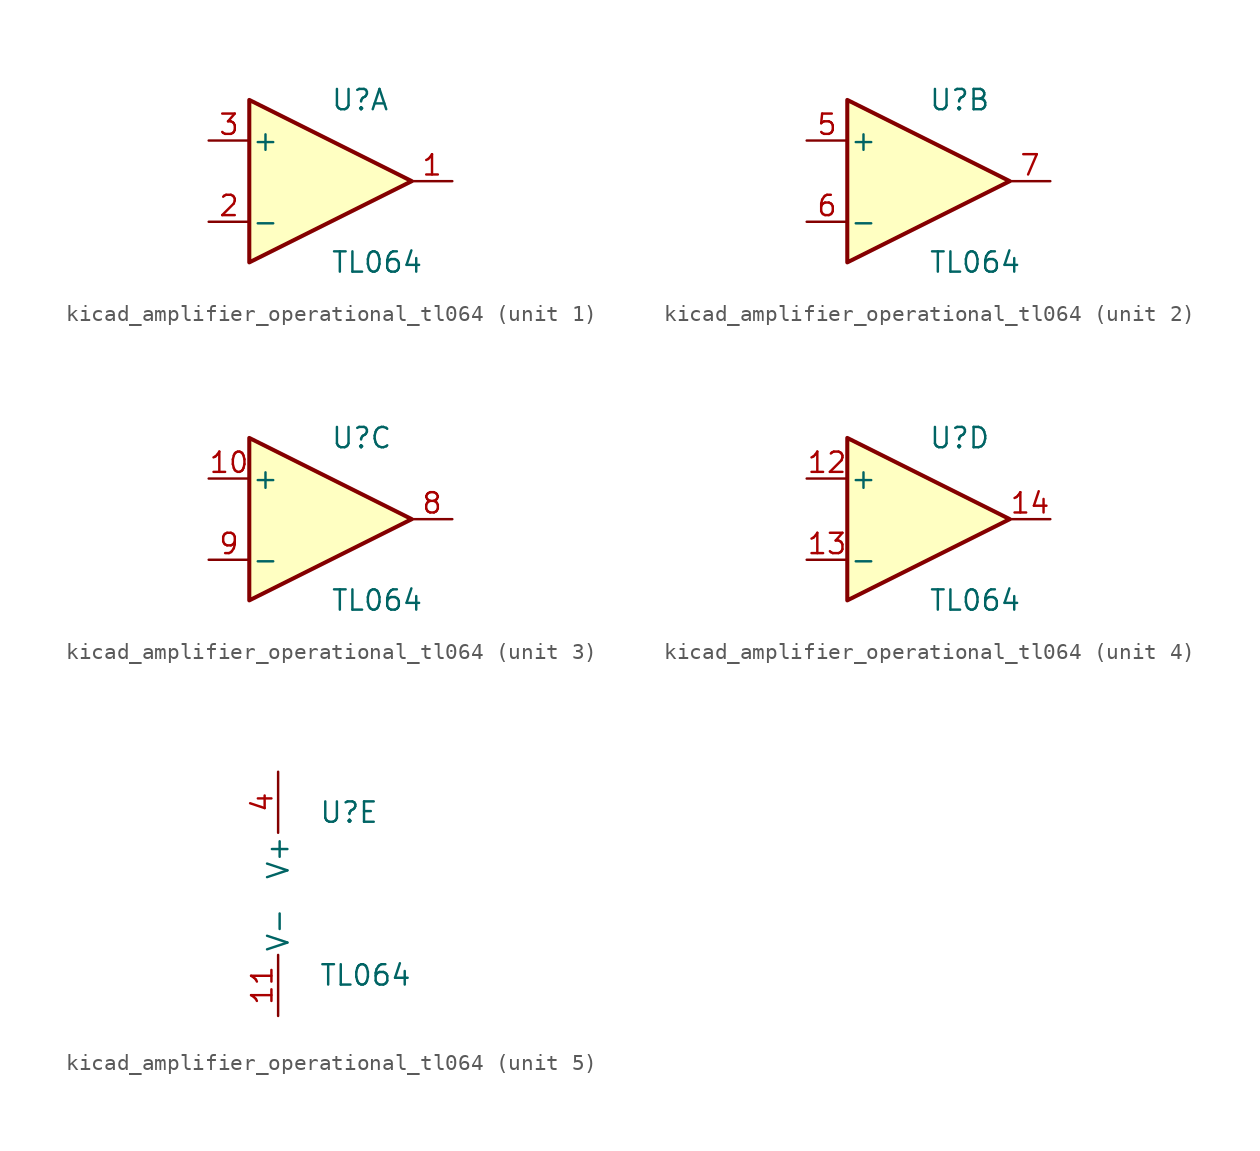
<source format=kicad_sym>
(kicad_symbol_lib
  (version 20220914)
  (generator kicad_symbol_editor)
  (symbol "kicad_amplifier_operational_tl064"
    (pin_names
      (offset 0.127))
    (property "Reference" "U"
      (at 0 5.08 0)
      (effects (font (size 1.27 1.27)) (justify left)))
    (property "Value" "TL064"
      (at 0 -5.08 0)
      (effects (font (size 1.27 1.27)) (justify left)))
    (property "ki_locked" ""
      (at 0 0 0)
      (effects (font (size 1.27 1.27))))
    (symbol "kicad_amplifier_operational_tl064_1_1"
      (polyline (pts (xy -5.08 5.08) (xy 5.08 0) (xy -5.08 -5.08) (xy -5.08 5.08)) (stroke (width 0.254) (type default)) (fill (type background)))
      (pin output line (at 7.62 0 180) (length 2.54) (name "~" (effects (font (size 1.27 1.27)))) (number "1" (effects (font (size 1.27 1.27)))))
      (pin input line (at -7.62 -2.54 0) (length 2.54) (name "-" (effects (font (size 1.27 1.27)))) (number "2" (effects (font (size 1.27 1.27)))))
      (pin input line (at -7.62 2.54 0) (length 2.54) (name "+" (effects (font (size 1.27 1.27)))) (number "3" (effects (font (size 1.27 1.27))))))
    (symbol "kicad_amplifier_operational_tl064_2_1"
      (polyline (pts (xy -5.08 5.08) (xy 5.08 0) (xy -5.08 -5.08) (xy -5.08 5.08)) (stroke (width 0.254) (type default)) (fill (type background)))
      (pin input line (at -7.62 2.54 0) (length 2.54) (name "+" (effects (font (size 1.27 1.27)))) (number "5" (effects (font (size 1.27 1.27)))))
      (pin input line (at -7.62 -2.54 0) (length 2.54) (name "-" (effects (font (size 1.27 1.27)))) (number "6" (effects (font (size 1.27 1.27)))))
      (pin output line (at 7.62 0 180) (length 2.54) (name "~" (effects (font (size 1.27 1.27)))) (number "7" (effects (font (size 1.27 1.27))))))
    (symbol "kicad_amplifier_operational_tl064_3_1"
      (polyline (pts (xy -5.08 5.08) (xy 5.08 0) (xy -5.08 -5.08) (xy -5.08 5.08)) (stroke (width 0.254) (type default)) (fill (type background)))
      (pin input line (at -7.62 2.54 0) (length 2.54) (name "+" (effects (font (size 1.27 1.27)))) (number "10" (effects (font (size 1.27 1.27)))))
      (pin output line (at 7.62 0 180) (length 2.54) (name "~" (effects (font (size 1.27 1.27)))) (number "8" (effects (font (size 1.27 1.27)))))
      (pin input line (at -7.62 -2.54 0) (length 2.54) (name "-" (effects (font (size 1.27 1.27)))) (number "9" (effects (font (size 1.27 1.27))))))
    (symbol "kicad_amplifier_operational_tl064_4_1"
      (polyline (pts (xy -5.08 5.08) (xy 5.08 0) (xy -5.08 -5.08) (xy -5.08 5.08)) (stroke (width 0.254) (type default)) (fill (type background)))
      (pin input line (at -7.62 2.54 0) (length 2.54) (name "+" (effects (font (size 1.27 1.27)))) (number "12" (effects (font (size 1.27 1.27)))))
      (pin input line (at -7.62 -2.54 0) (length 2.54) (name "-" (effects (font (size 1.27 1.27)))) (number "13" (effects (font (size 1.27 1.27)))))
      (pin output line (at 7.62 0 180) (length 2.54) (name "~" (effects (font (size 1.27 1.27)))) (number "14" (effects (font (size 1.27 1.27))))))
    (symbol "kicad_amplifier_operational_tl064_5_1"
      (pin power_in line (at -2.54 -7.62 90) (length 3.81) (name "V-" (effects (font (size 1.27 1.27)))) (number "11" (effects (font (size 1.27 1.27)))))
      (pin power_in line (at -2.54 7.62 270) (length 3.81) (name "V+" (effects (font (size 1.27 1.27)))) (number "4" (effects (font (size 1.27 1.27))))))))
</source>
